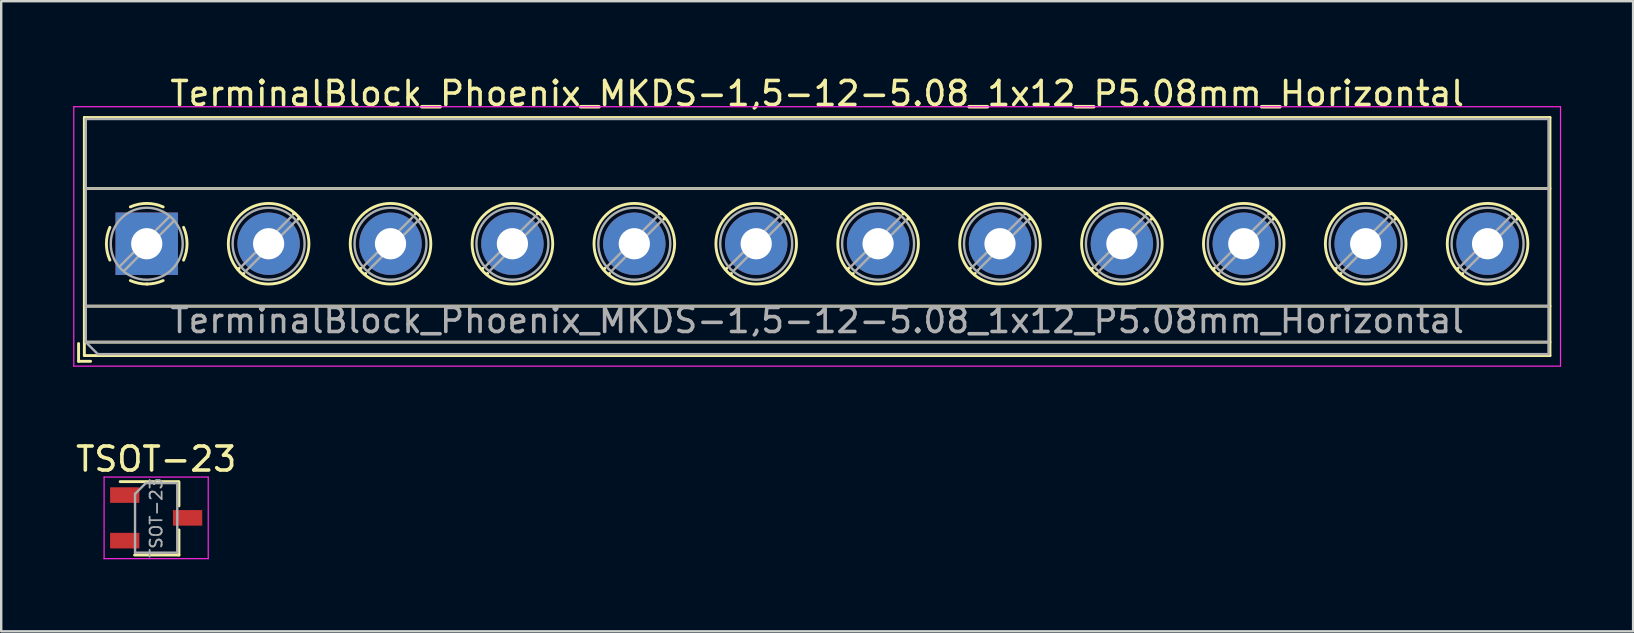
<source format=kicad_pcb>
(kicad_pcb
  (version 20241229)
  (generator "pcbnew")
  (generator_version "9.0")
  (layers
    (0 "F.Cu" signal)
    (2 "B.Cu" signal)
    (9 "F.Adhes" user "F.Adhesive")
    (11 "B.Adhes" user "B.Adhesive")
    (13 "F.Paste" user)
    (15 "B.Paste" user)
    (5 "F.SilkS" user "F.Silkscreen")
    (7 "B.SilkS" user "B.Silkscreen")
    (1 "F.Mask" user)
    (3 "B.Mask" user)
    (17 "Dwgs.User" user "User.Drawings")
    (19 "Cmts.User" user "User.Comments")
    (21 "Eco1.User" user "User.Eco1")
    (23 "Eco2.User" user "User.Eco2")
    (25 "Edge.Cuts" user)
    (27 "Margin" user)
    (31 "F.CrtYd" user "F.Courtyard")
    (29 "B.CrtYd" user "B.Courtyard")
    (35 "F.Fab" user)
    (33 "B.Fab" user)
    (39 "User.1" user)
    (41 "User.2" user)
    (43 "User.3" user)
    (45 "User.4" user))
  (footprint "TerminalBlock_Phoenix_MKDS-1,5-12-5.08_1x12_P5.08mm_Horizontal"
    (layer "F.Cu")
    (at 3.065 7.108)
    (property "Reference" "TerminalBlock_Phoenix_MKDS-1,5-12-5.08_1x12_P5.08mm_Horizontal" (at 27.94 -6.26 0) (layer "F.SilkS") (effects (font (size 1 1) (thickness 0.15))))
    (attr through_hole)
    (fp_line (start -2.84 4.16) (end -2.84 4.9) (stroke (width 0.12) (type solid)) (layer "F.SilkS"))
    (fp_line (start -2.84 4.9) (end -2.34 4.9) (stroke (width 0.12) (type solid)) (layer "F.SilkS"))
    (fp_line (start -2.6 -5.261) (end -2.6 4.66) (stroke (width 0.12) (type solid)) (layer "F.SilkS"))
    (fp_line (start -2.6 -5.261) (end 58.48 -5.261) (stroke (width 0.12) (type solid)) (layer "F.SilkS"))
    (fp_line (start -2.6 -2.301) (end 58.48 -2.301) (stroke (width 0.12) (type solid)) (layer "F.SilkS"))
    (fp_line (start -2.6 2.6) (end 58.48 2.6) (stroke (width 0.12) (type solid)) (layer "F.SilkS"))
    (fp_line (start -2.6 4.1) (end 58.48 4.1) (stroke (width 0.12) (type solid)) (layer "F.SilkS"))
    (fp_line (start -2.6 4.66) (end 58.48 4.66) (stroke (width 0.12) (type solid)) (layer "F.SilkS"))
    (fp_line (start 3.853 1.023) (end 3.806 1.069) (stroke (width 0.12) (type solid)) (layer "F.SilkS"))
    (fp_line (start 4.046 1.239) (end 4.011 1.274) (stroke (width 0.12) (type solid)) (layer "F.SilkS"))
    (fp_line (start 6.15 -1.275) (end 6.115 -1.239) (stroke (width 0.12) (type solid)) (layer "F.SilkS"))
    (fp_line (start 6.355 -1.069) (end 6.308 -1.023) (stroke (width 0.12) (type solid)) (layer "F.SilkS"))
    (fp_line (start 8.933 1.023) (end 8.886 1.069) (stroke (width 0.12) (type solid)) (layer "F.SilkS"))
    (fp_line (start 9.126 1.239) (end 9.091 1.274) (stroke (width 0.12) (type solid)) (layer "F.SilkS"))
    (fp_line (start 11.23 -1.275) (end 11.195 -1.239) (stroke (width 0.12) (type solid)) (layer "F.SilkS"))
    (fp_line (start 11.435 -1.069) (end 11.388 -1.023) (stroke (width 0.12) (type solid)) (layer "F.SilkS"))
    (fp_line (start 14.013 1.023) (end 13.966 1.069) (stroke (width 0.12) (type solid)) (layer "F.SilkS"))
    (fp_line (start 14.206 1.239) (end 14.171 1.274) (stroke (width 0.12) (type solid)) (layer "F.SilkS"))
    (fp_line (start 16.31 -1.275) (end 16.275 -1.239) (stroke (width 0.12) (type solid)) (layer "F.SilkS"))
    (fp_line (start 16.515 -1.069) (end 16.468 -1.023) (stroke (width 0.12) (type solid)) (layer "F.SilkS"))
    (fp_line (start 19.093 1.023) (end 19.046 1.069) (stroke (width 0.12) (type solid)) (layer "F.SilkS"))
    (fp_line (start 19.286 1.239) (end 19.251 1.274) (stroke (width 0.12) (type solid)) (layer "F.SilkS"))
    (fp_line (start 21.39 -1.275) (end 21.355 -1.239) (stroke (width 0.12) (type solid)) (layer "F.SilkS"))
    (fp_line (start 21.595 -1.069) (end 21.548 -1.023) (stroke (width 0.12) (type solid)) (layer "F.SilkS"))
    (fp_line (start 24.173 1.023) (end 24.126 1.069) (stroke (width 0.12) (type solid)) (layer "F.SilkS"))
    (fp_line (start 24.366 1.239) (end 24.331 1.274) (stroke (width 0.12) (type solid)) (layer "F.SilkS"))
    (fp_line (start 26.47 -1.275) (end 26.435 -1.239) (stroke (width 0.12) (type solid)) (layer "F.SilkS"))
    (fp_line (start 26.675 -1.069) (end 26.628 -1.023) (stroke (width 0.12) (type solid)) (layer "F.SilkS"))
    (fp_line (start 29.253 1.023) (end 29.206 1.069) (stroke (width 0.12) (type solid)) (layer "F.SilkS"))
    (fp_line (start 29.446 1.239) (end 29.411 1.274) (stroke (width 0.12) (type solid)) (layer "F.SilkS"))
    (fp_line (start 31.55 -1.275) (end 31.515 -1.239) (stroke (width 0.12) (type solid)) (layer "F.SilkS"))
    (fp_line (start 31.755 -1.069) (end 31.708 -1.023) (stroke (width 0.12) (type solid)) (layer "F.SilkS"))
    (fp_line (start 34.333 1.023) (end 34.286 1.069) (stroke (width 0.12) (type solid)) (layer "F.SilkS"))
    (fp_line (start 34.526 1.239) (end 34.491 1.274) (stroke (width 0.12) (type solid)) (layer "F.SilkS"))
    (fp_line (start 36.63 -1.275) (end 36.595 -1.239) (stroke (width 0.12) (type solid)) (layer "F.SilkS"))
    (fp_line (start 36.835 -1.069) (end 36.788 -1.023) (stroke (width 0.12) (type solid)) (layer "F.SilkS"))
    (fp_line (start 39.413 1.023) (end 39.366 1.069) (stroke (width 0.12) (type solid)) (layer "F.SilkS"))
    (fp_line (start 39.606 1.239) (end 39.571 1.274) (stroke (width 0.12) (type solid)) (layer "F.SilkS"))
    (fp_line (start 41.71 -1.275) (end 41.675 -1.239) (stroke (width 0.12) (type solid)) (layer "F.SilkS"))
    (fp_line (start 41.915 -1.069) (end 41.868 -1.023) (stroke (width 0.12) (type solid)) (layer "F.SilkS"))
    (fp_line (start 44.493 1.023) (end 44.446 1.069) (stroke (width 0.12) (type solid)) (layer "F.SilkS"))
    (fp_line (start 44.686 1.239) (end 44.651 1.274) (stroke (width 0.12) (type solid)) (layer "F.SilkS"))
    (fp_line (start 46.79 -1.275) (end 46.755 -1.239) (stroke (width 0.12) (type solid)) (layer "F.SilkS"))
    (fp_line (start 46.995 -1.069) (end 46.948 -1.023) (stroke (width 0.12) (type solid)) (layer "F.SilkS"))
    (fp_line (start 49.573 1.023) (end 49.526 1.069) (stroke (width 0.12) (type solid)) (layer "F.SilkS"))
    (fp_line (start 49.766 1.239) (end 49.731 1.274) (stroke (width 0.12) (type solid)) (layer "F.SilkS"))
    (fp_line (start 51.87 -1.275) (end 51.835 -1.239) (stroke (width 0.12) (type solid)) (layer "F.SilkS"))
    (fp_line (start 52.075 -1.069) (end 52.028 -1.023) (stroke (width 0.12) (type solid)) (layer "F.SilkS"))
    (fp_line (start 54.653 1.023) (end 54.606 1.069) (stroke (width 0.12) (type solid)) (layer "F.SilkS"))
    (fp_line (start 54.846 1.239) (end 54.811 1.274) (stroke (width 0.12) (type solid)) (layer "F.SilkS"))
    (fp_line (start 56.95 -1.275) (end 56.915 -1.239) (stroke (width 0.12) (type solid)) (layer "F.SilkS"))
    (fp_line (start 57.155 -1.069) (end 57.108 -1.023) (stroke (width 0.12) (type solid)) (layer "F.SilkS"))
    (fp_line (start 58.48 -5.261) (end 58.48 4.66) (stroke (width 0.12) (type solid)) (layer "F.SilkS"))
    (fp_arc (start -1.535427 0.683042) (mid -1.680501 -0.000524) (end -1.535 -0.684) (stroke (width 0.12) (type solid)) (layer "F.SilkS"))
    (fp_arc (start -0.683042 -1.535427) (mid 0.000524 -1.680501) (end 0.684 -1.535) (stroke (width 0.12) (type solid)) (layer "F.SilkS"))
    (fp_arc (start 0.028805 1.680253) (mid -0.335551 1.646659) (end -0.684 1.535) (stroke (width 0.12) (type solid)) (layer "F.SilkS"))
    (fp_arc (start 0.683318 1.534756) (mid 0.349292 1.643288) (end 0 1.68) (stroke (width 0.12) (type solid)) (layer "F.SilkS"))
    (fp_arc (start 1.535427 -0.683042) (mid 1.680501 0.000524) (end 1.535 0.684) (stroke (width 0.12) (type solid)) (layer "F.SilkS"))
    (fp_circle (center 5.08 0) (end 6.76 0) (stroke (width 0.12) (type solid)) (fill no) (layer "F.SilkS"))
    (fp_circle (center 10.16 0) (end 11.84 0) (stroke (width 0.12) (type solid)) (fill no) (layer "F.SilkS"))
    (fp_circle (center 15.24 0) (end 16.92 0) (stroke (width 0.12) (type solid)) (fill no) (layer "F.SilkS"))
    (fp_circle (center 20.32 0) (end 22 0) (stroke (width 0.12) (type solid)) (fill no) (layer "F.SilkS"))
    (fp_circle (center 25.4 0) (end 27.08 0) (stroke (width 0.12) (type solid)) (fill no) (layer "F.SilkS"))
    (fp_circle (center 30.48 0) (end 32.16 0) (stroke (width 0.12) (type solid)) (fill no) (layer "F.SilkS"))
    (fp_circle (center 35.56 0) (end 37.24 0) (stroke (width 0.12) (type solid)) (fill no) (layer "F.SilkS"))
    (fp_circle (center 40.64 0) (end 42.32 0) (stroke (width 0.12) (type solid)) (fill no) (layer "F.SilkS"))
    (fp_circle (center 45.72 0) (end 47.4 0) (stroke (width 0.12) (type solid)) (fill no) (layer "F.SilkS"))
    (fp_circle (center 50.8 0) (end 52.48 0) (stroke (width 0.12) (type solid)) (fill no) (layer "F.SilkS"))
    (fp_circle (center 55.88 0) (end 57.56 0) (stroke (width 0.12) (type solid)) (fill no) (layer "F.SilkS"))
    (fp_line (start -3.04 -5.71) (end -3.04 5.1) (stroke (width 0.05) (type solid)) (layer "F.CrtYd"))
    (fp_line (start -3.04 5.1) (end 58.92 5.1) (stroke (width 0.05) (type solid)) (layer "F.CrtYd"))
    (fp_line (start 58.92 -5.71) (end -3.04 -5.71) (stroke (width 0.05) (type solid)) (layer "F.CrtYd"))
    (fp_line (start 58.92 5.1) (end 58.92 -5.71) (stroke (width 0.05) (type solid)) (layer "F.CrtYd"))
    (fp_line (start -2.54 -5.2) (end 58.42 -5.2) (stroke (width 0.1) (type solid)) (layer "F.Fab"))
    (fp_line (start -2.54 -2.3) (end 58.42 -2.3) (stroke (width 0.1) (type solid)) (layer "F.Fab"))
    (fp_line (start -2.54 2.6) (end 58.42 2.6) (stroke (width 0.1) (type solid)) (layer "F.Fab"))
    (fp_line (start -2.54 4.1) (end -2.54 -5.2) (stroke (width 0.1) (type solid)) (layer "F.Fab"))
    (fp_line (start -2.54 4.1) (end 58.42 4.1) (stroke (width 0.1) (type solid)) (layer "F.Fab"))
    (fp_line (start -2.04 4.6) (end -2.54 4.1) (stroke (width 0.1) (type solid)) (layer "F.Fab"))
    (fp_line (start 0.955 -1.138) (end -1.138 0.955) (stroke (width 0.1) (type solid)) (layer "F.Fab"))
    (fp_line (start 1.138 -0.955) (end -0.955 1.138) (stroke (width 0.1) (type solid)) (layer "F.Fab"))
    (fp_line (start 6.035 -1.138) (end 3.943 0.955) (stroke (width 0.1) (type solid)) (layer "F.Fab"))
    (fp_line (start 6.218 -0.955) (end 4.126 1.138) (stroke (width 0.1) (type solid)) (layer "F.Fab"))
    (fp_line (start 11.115 -1.138) (end 9.023 0.955) (stroke (width 0.1) (type solid)) (layer "F.Fab"))
    (fp_line (start 11.298 -0.955) (end 9.206 1.138) (stroke (width 0.1) (type solid)) (layer "F.Fab"))
    (fp_line (start 16.195 -1.138) (end 14.103 0.955) (stroke (width 0.1) (type solid)) (layer "F.Fab"))
    (fp_line (start 16.378 -0.955) (end 14.286 1.138) (stroke (width 0.1) (type solid)) (layer "F.Fab"))
    (fp_line (start 21.275 -1.138) (end 19.183 0.955) (stroke (width 0.1) (type solid)) (layer "F.Fab"))
    (fp_line (start 21.458 -0.955) (end 19.366 1.138) (stroke (width 0.1) (type solid)) (layer "F.Fab"))
    (fp_line (start 26.355 -1.138) (end 24.263 0.955) (stroke (width 0.1) (type solid)) (layer "F.Fab"))
    (fp_line (start 26.538 -0.955) (end 24.446 1.138) (stroke (width 0.1) (type solid)) (layer "F.Fab"))
    (fp_line (start 31.435 -1.138) (end 29.343 0.955) (stroke (width 0.1) (type solid)) (layer "F.Fab"))
    (fp_line (start 31.618 -0.955) (end 29.526 1.138) (stroke (width 0.1) (type solid)) (layer "F.Fab"))
    (fp_line (start 36.515 -1.138) (end 34.423 0.955) (stroke (width 0.1) (type solid)) (layer "F.Fab"))
    (fp_line (start 36.698 -0.955) (end 34.606 1.138) (stroke (width 0.1) (type solid)) (layer "F.Fab"))
    (fp_line (start 41.595 -1.138) (end 39.503 0.955) (stroke (width 0.1) (type solid)) (layer "F.Fab"))
    (fp_line (start 41.778 -0.955) (end 39.686 1.138) (stroke (width 0.1) (type solid)) (layer "F.Fab"))
    (fp_line (start 46.675 -1.138) (end 44.583 0.955) (stroke (width 0.1) (type solid)) (layer "F.Fab"))
    (fp_line (start 46.858 -0.955) (end 44.766 1.138) (stroke (width 0.1) (type solid)) (layer "F.Fab"))
    (fp_line (start 51.755 -1.138) (end 49.663 0.955) (stroke (width 0.1) (type solid)) (layer "F.Fab"))
    (fp_line (start 51.938 -0.955) (end 49.846 1.138) (stroke (width 0.1) (type solid)) (layer "F.Fab"))
    (fp_line (start 56.835 -1.138) (end 54.743 0.955) (stroke (width 0.1) (type solid)) (layer "F.Fab"))
    (fp_line (start 57.018 -0.955) (end 54.926 1.138) (stroke (width 0.1) (type solid)) (layer "F.Fab"))
    (fp_line (start 58.42 -5.2) (end 58.42 4.6) (stroke (width 0.1) (type solid)) (layer "F.Fab"))
    (fp_line (start 58.42 4.6) (end -2.04 4.6) (stroke (width 0.1) (type solid)) (layer "F.Fab"))
    (fp_circle (center 0 0) (end 1.5 0) (stroke (width 0.1) (type solid)) (fill no) (layer "F.Fab"))
    (fp_circle (center 5.08 0) (end 6.58 0) (stroke (width 0.1) (type solid)) (fill no) (layer "F.Fab"))
    (fp_circle (center 10.16 0) (end 11.66 0) (stroke (width 0.1) (type solid)) (fill no) (layer "F.Fab"))
    (fp_circle (center 15.24 0) (end 16.74 0) (stroke (width 0.1) (type solid)) (fill no) (layer "F.Fab"))
    (fp_circle (center 20.32 0) (end 21.82 0) (stroke (width 0.1) (type solid)) (fill no) (layer "F.Fab"))
    (fp_circle (center 25.4 0) (end 26.9 0) (stroke (width 0.1) (type solid)) (fill no) (layer "F.Fab"))
    (fp_circle (center 30.48 0) (end 31.98 0) (stroke (width 0.1) (type solid)) (fill no) (layer "F.Fab"))
    (fp_circle (center 35.56 0) (end 37.06 0) (stroke (width 0.1) (type solid)) (fill no) (layer "F.Fab"))
    (fp_circle (center 40.64 0) (end 42.14 0) (stroke (width 0.1) (type solid)) (fill no) (layer "F.Fab"))
    (fp_circle (center 45.72 0) (end 47.22 0) (stroke (width 0.1) (type solid)) (fill no) (layer "F.Fab"))
    (fp_circle (center 50.8 0) (end 52.3 0) (stroke (width 0.1) (type solid)) (fill no) (layer "F.Fab"))
    (fp_circle (center 55.88 0) (end 57.38 0) (stroke (width 0.1) (type solid)) (fill no) (layer "F.Fab"))
    (fp_text user "${REFERENCE}" (at 27.94 3.2 0) (layer "F.Fab") (effects (font (size 1 1) (thickness 0.15))))
    (pad "1" thru_hole rect (at 0 0) (size 2.6 2.6) (drill 1.3) (layers "*.Cu" "*.Mask"))
    (pad "2" thru_hole circle (at 5.08 0) (size 2.6 2.6) (drill 1.3) (layers "*.Cu" "*.Mask"))
    (pad "3" thru_hole circle (at 10.16 0) (size 2.6 2.6) (drill 1.3) (layers "*.Cu" "*.Mask"))
    (pad "4" thru_hole circle (at 15.24 0) (size 2.6 2.6) (drill 1.3) (layers "*.Cu" "*.Mask"))
    (pad "5" thru_hole circle (at 20.32 0) (size 2.6 2.6) (drill 1.3) (layers "*.Cu" "*.Mask"))
    (pad "6" thru_hole circle (at 25.4 0) (size 2.6 2.6) (drill 1.3) (layers "*.Cu" "*.Mask"))
    (pad "7" thru_hole circle (at 30.48 0) (size 2.6 2.6) (drill 1.3) (layers "*.Cu" "*.Mask"))
    (pad "8" thru_hole circle (at 35.56 0) (size 2.6 2.6) (drill 1.3) (layers "*.Cu" "*.Mask"))
    (pad "9" thru_hole circle (at 40.64 0) (size 2.6 2.6) (drill 1.3) (layers "*.Cu" "*.Mask"))
    (pad "10" thru_hole circle (at 45.72 0) (size 2.6 2.6) (drill 1.3) (layers "*.Cu" "*.Mask"))
    (pad "11" thru_hole circle (at 50.8 0) (size 2.6 2.6) (drill 1.3) (layers "*.Cu" "*.Mask"))
    (pad "12" thru_hole circle (at 55.88 0) (size 2.6 2.6) (drill 1.3) (layers "*.Cu" "*.Mask")))
  (footprint "TSOT-23"
    (layer "F.Cu")
    (at 3.458 18.532)
    (property "Reference" "TSOT-23" (at 0 -2.45 0) (layer "F.SilkS") (effects (font (size 1 1) (thickness 0.15))))
    (attr smd)
    (fp_line (start 0.93 -1.51) (end -1.5 -1.51) (stroke (width 0.12) (type solid)) (layer "F.SilkS"))
    (fp_line (start 0.95 -1.5) (end 0.95 -0.5) (stroke (width 0.12) (type solid)) (layer "F.SilkS"))
    (fp_line (start 0.95 0.5) (end 0.95 1.55) (stroke (width 0.12) (type solid)) (layer "F.SilkS"))
    (fp_line (start 0.95 1.55) (end -0.9 1.55) (stroke (width 0.12) (type solid)) (layer "F.SilkS"))
    (fp_line (start -2.17 -1.7) (end -2.17 1.7) (stroke (width 0.05) (type solid)) (layer "F.CrtYd"))
    (fp_line (start -2.17 -1.7) (end 2.17 -1.7) (stroke (width 0.05) (type solid)) (layer "F.CrtYd"))
    (fp_line (start 2.17 1.7) (end -2.17 1.7) (stroke (width 0.05) (type solid)) (layer "F.CrtYd"))
    (fp_line (start 2.17 1.7) (end 2.17 -1.7) (stroke (width 0.05) (type solid)) (layer "F.CrtYd"))
    (fp_line (start -0.88 -1) (end -0.88 1.45) (stroke (width 0.1) (type solid)) (layer "F.Fab"))
    (fp_line (start -0.88 -1) (end -0.43 -1.45) (stroke (width 0.1) (type solid)) (layer "F.Fab"))
    (fp_line (start 0.88 -1.45) (end -0.43 -1.45) (stroke (width 0.1) (type solid)) (layer "F.Fab"))
    (fp_line (start 0.88 -1.45) (end 0.88 1.45) (stroke (width 0.1) (type solid)) (layer "F.Fab"))
    (fp_line (start 0.88 1.45) (end -0.88 1.45) (stroke (width 0.1) (type solid)) (layer "F.Fab"))
    (fp_text user "${REFERENCE}" (at 0 0 90) (layer "F.Fab") (effects (font (size 0.5 0.5) (thickness 0.075))))
    (pad "1" smd rect (at -1.31 -0.95) (size 1.22 0.65) (layers "F.Cu" "F.Mask" "F.Paste"))
    (pad "2" smd rect (at -1.31 0.95) (size 1.22 0.65) (layers "F.Cu" "F.Mask" "F.Paste"))
    (pad "3" smd rect (at 1.31 0) (size 1.22 0.65) (layers "F.Cu" "F.Mask" "F.Paste")))
  (gr_rect
    (start -3 -3)
    (end 65.01 23.261)
    (stroke (width 0.1) (type default))
    (fill no)
    (layer "Edge.Cuts")))
</source>
